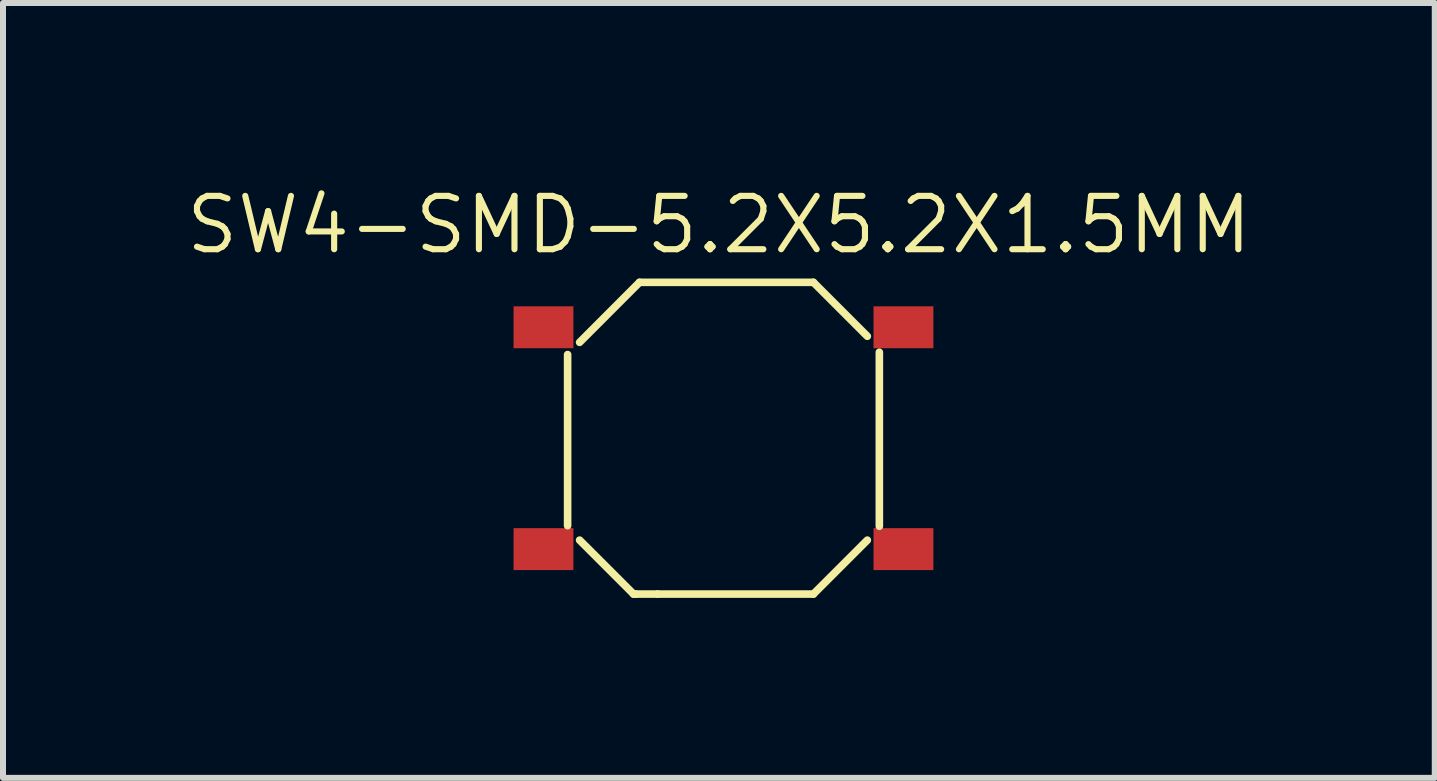
<source format=kicad_pcb>
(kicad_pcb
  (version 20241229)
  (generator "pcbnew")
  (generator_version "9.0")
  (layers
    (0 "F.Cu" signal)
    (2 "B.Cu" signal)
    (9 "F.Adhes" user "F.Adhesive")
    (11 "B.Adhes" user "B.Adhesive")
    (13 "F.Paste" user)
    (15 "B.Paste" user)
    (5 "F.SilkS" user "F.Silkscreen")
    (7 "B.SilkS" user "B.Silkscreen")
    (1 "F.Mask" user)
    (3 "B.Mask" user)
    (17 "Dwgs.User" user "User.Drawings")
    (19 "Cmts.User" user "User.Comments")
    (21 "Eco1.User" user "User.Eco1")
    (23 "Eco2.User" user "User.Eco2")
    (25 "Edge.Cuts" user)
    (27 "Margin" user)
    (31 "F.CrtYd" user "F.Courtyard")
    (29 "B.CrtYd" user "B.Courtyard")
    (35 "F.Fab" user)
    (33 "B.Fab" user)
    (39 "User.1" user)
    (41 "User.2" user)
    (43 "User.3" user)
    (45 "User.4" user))
  (footprint "SW4-SMD-5.2X5.2X1.5MM"
    (layer "F.Cu")
    (at 9.009 4.254)
    (property "Reference" "SW4-SMD-5.2X5.2X1.5MM" (at -0.076 -3.556 0) (layer "F.SilkS") (effects (font (size 0.889 0.889) (thickness 0.102))))
    (attr smd)
    (fp_line (start -2.598 1.458) (end -2.598 -1.394) (stroke (width 0.127) (type solid)) (layer "F.SilkS"))
    (fp_line (start -1.499 2.598) (end -2.398 1.699) (stroke (width 0.127) (type solid)) (layer "F.SilkS"))
    (fp_line (start -1.458 2.598) (end -1.499 2.598) (stroke (width 0.127) (type solid)) (layer "F.SilkS"))
    (fp_line (start -1.4 -2.598) (end -2.398 -1.598) (stroke (width 0.127) (type solid)) (layer "F.SilkS"))
    (fp_line (start -1.4 -2.598) (end 1.499 -2.598) (stroke (width 0.127) (type solid)) (layer "F.SilkS"))
    (fp_line (start -1.1 2.598) (end -1.458 2.598) (stroke (width 0.127) (type solid)) (layer "F.SilkS"))
    (fp_line (start 1.499 -2.598) (end 2.398 -1.699) (stroke (width 0.127) (type solid)) (layer "F.SilkS"))
    (fp_line (start 1.499 2.598) (end -1.1 2.598) (stroke (width 0.127) (type solid)) (layer "F.SilkS"))
    (fp_line (start 1.499 2.598) (end 2.398 1.699) (stroke (width 0.127) (type solid)) (layer "F.SilkS"))
    (fp_line (start 2.598 -1.433) (end 2.598 1.468) (stroke (width 0.127) (type solid)) (layer "F.SilkS"))
    (pad "1" smd rect (at -3 -1.849) (size 0.998 0.699) (layers "F.Cu" "F.Mask" "F.Paste"))
    (pad "2" smd rect (at 3 -1.849) (size 0.998 0.699) (layers "F.Cu" "F.Mask" "F.Paste"))
    (pad "3" smd rect (at -3 1.849) (size 0.998 0.699) (layers "F.Cu" "F.Mask" "F.Paste"))
    (pad "4" smd rect (at 3 1.849) (size 0.998 0.699) (layers "F.Cu" "F.Mask" "F.Paste")))
  (gr_rect
    (start -3 -3)
    (end 20.865 9.916)
    (stroke (width 0.1) (type default))
    (fill no)
    (layer "Edge.Cuts")))
</source>
